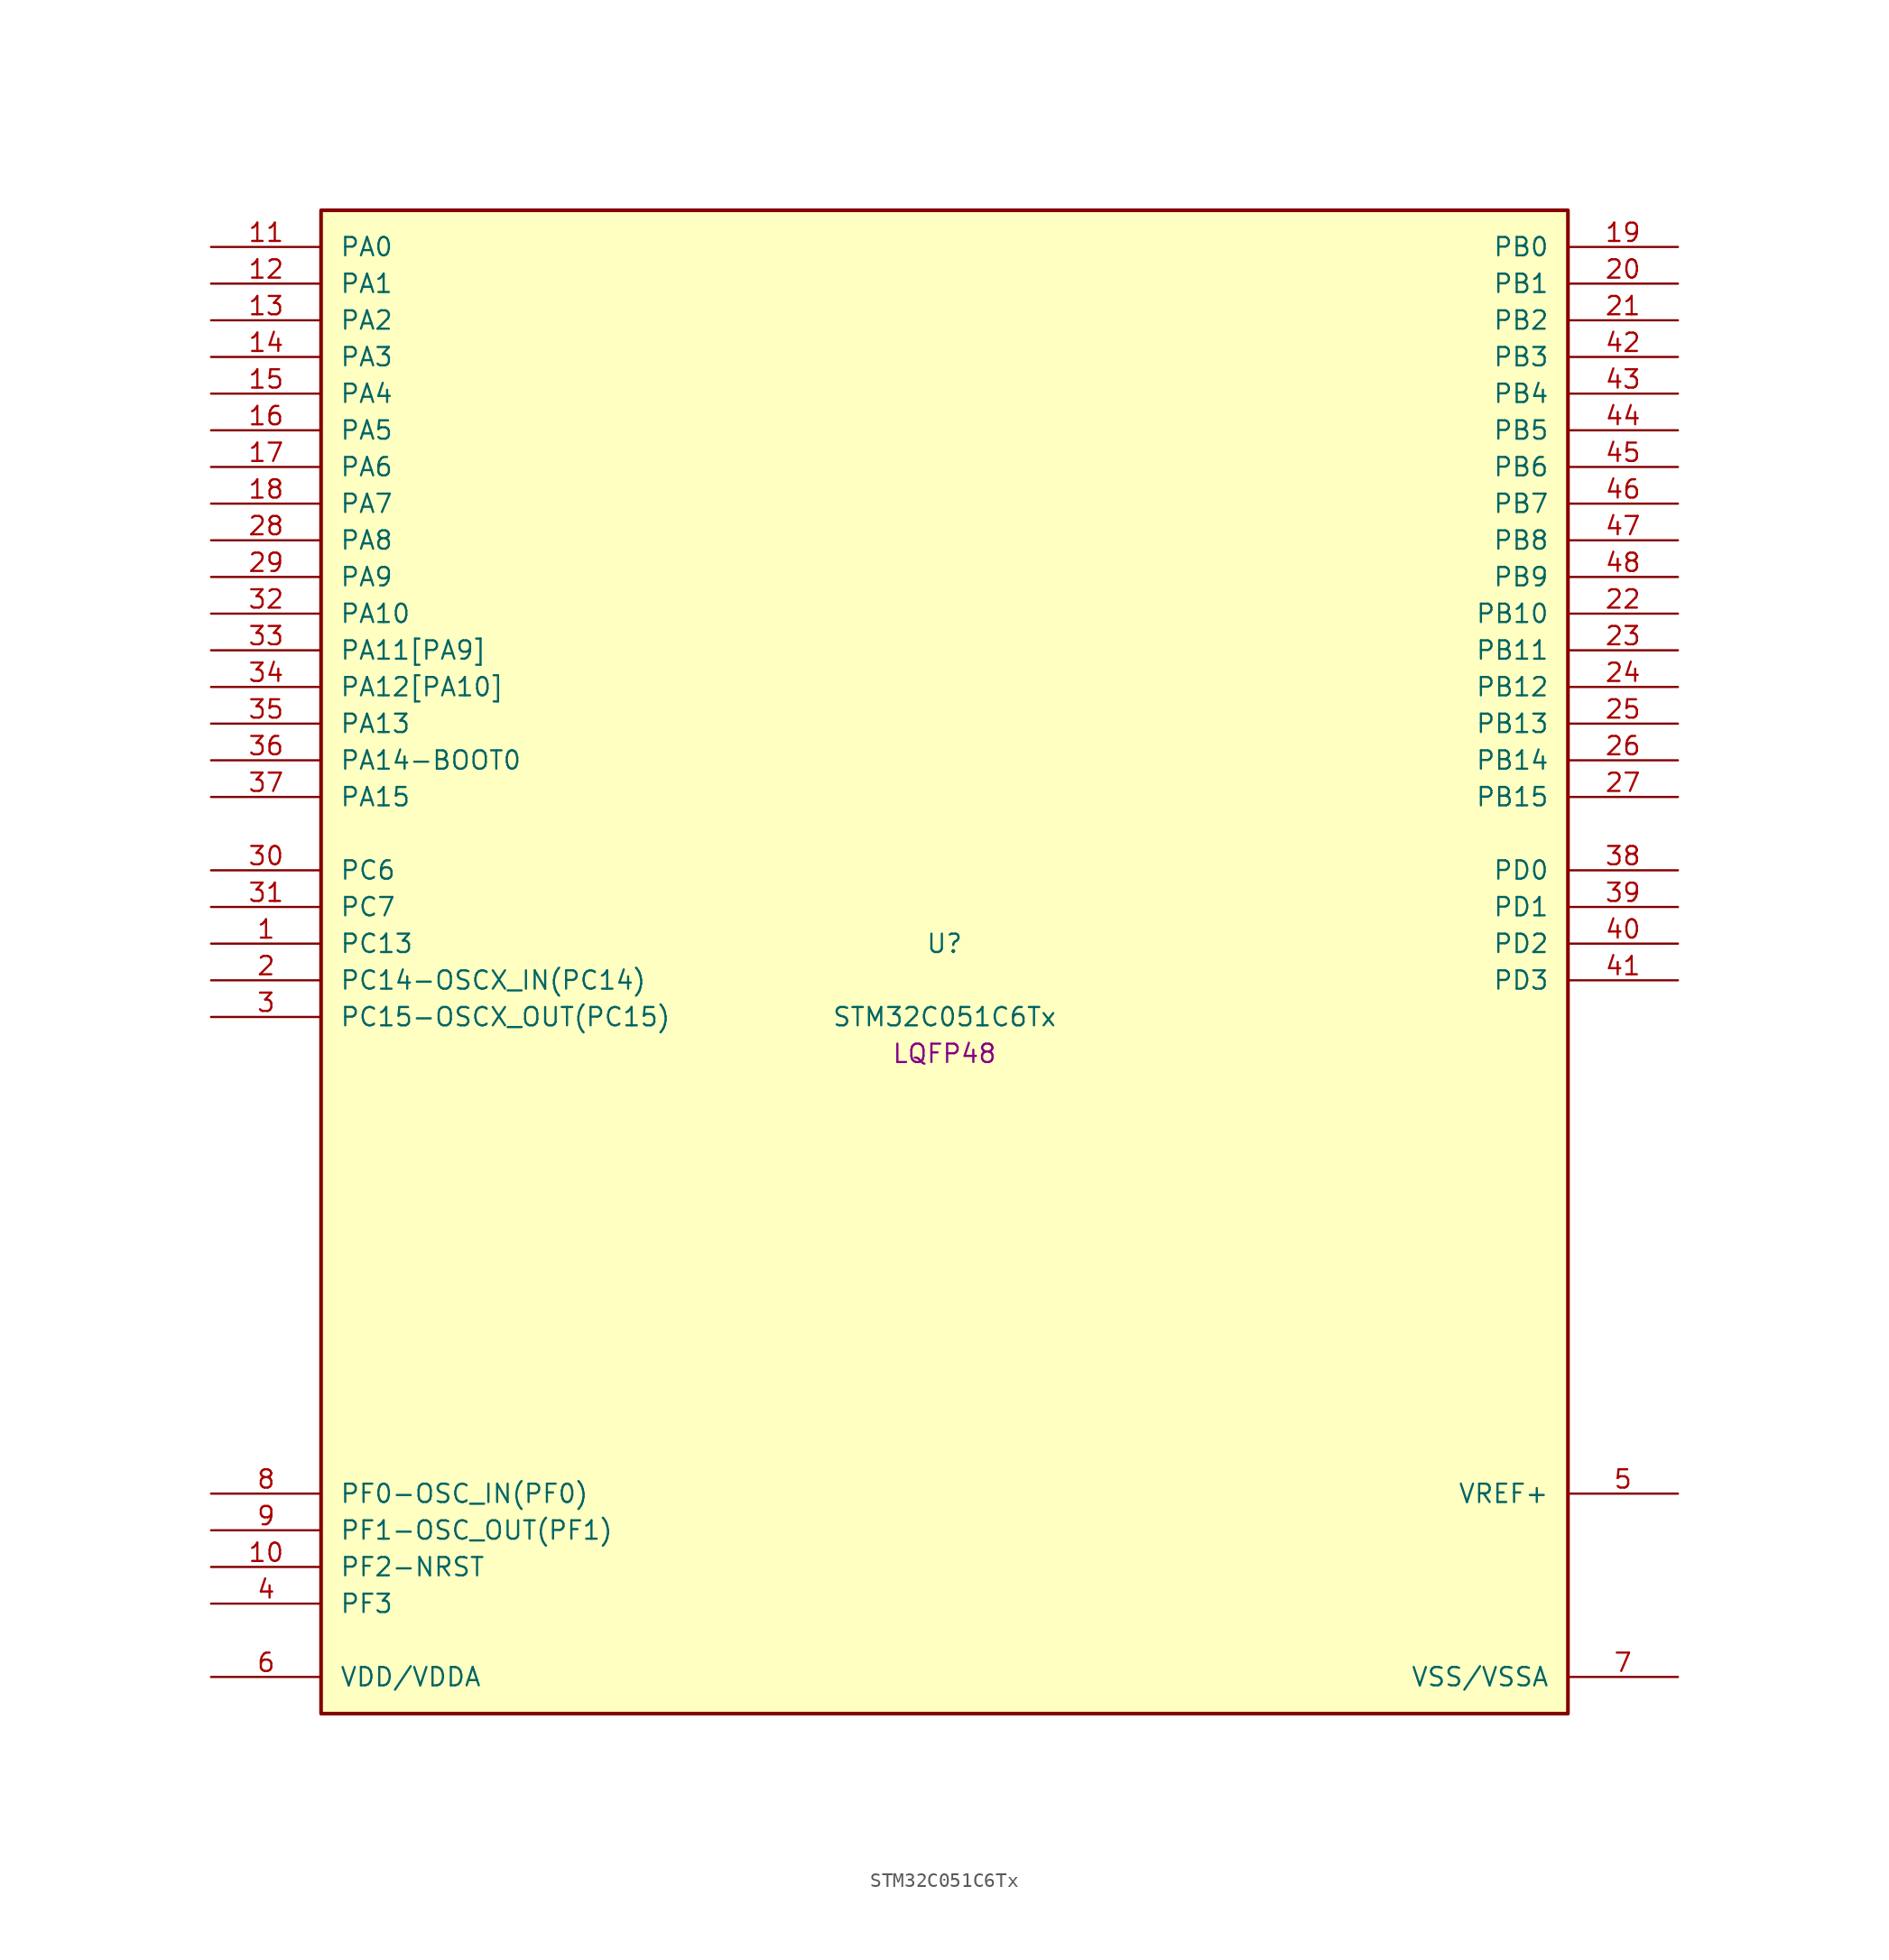
<source format=kicad_sym>
(kicad_symbol_lib
  (version 20241209)
  (generator "stm32_pkl_generator")
  (generator_version "1.0")
  (symbol "STM32C051C6Tx"
    (pin_names
      (offset 1.27))
    (property "Reference" "U"
      (at 0 2.54 0))
    (property "Value" "STM32C051C6Tx"
      (at 0 -2.54 0))
    (property "Footprint" "LQFP48"
      (at 0 -5.08 0))
    (symbol "STM32C051C6Tx_1_1"
      (rectangle (start -43.18 53.34) (end 43.18 -50.8) (stroke (width 0.254) (type solid)) (fill (type background)))
      (pin bidirectional line (at -50.8 50.8 0) (length 7.62) (name "PA0") (number "11") (alternate "PA0/ADC1_IN0" bidirectional line) (alternate "PA0/PWR_WKUP1" bidirectional line) (alternate "PA0/SPI2_SCK" bidirectional line) (alternate "PA0/TIM16_CH1" bidirectional line) (alternate "PA0/TIM1_CH1" bidirectional line) (alternate "PA0/TIM2_CH1" bidirectional line) (alternate "PA0/TIM2_ETR" bidirectional line) (alternate "PA0/USART1_TX" bidirectional line) (alternate "PA0/USART2_CTS" bidirectional line) (alternate "PA0/USART2_NSS" bidirectional line))
      (pin bidirectional line (at -50.8 48.26 0) (length 7.62) (name "PA1") (number "12") (alternate "PA1/ADC1_IN1" bidirectional line) (alternate "PA1/I2C1_SMBA" bidirectional line) (alternate "PA1/I2S1_CK" bidirectional line) (alternate "PA1/SPI1_SCK" bidirectional line) (alternate "PA1/TIM17_CH1" bidirectional line) (alternate "PA1/TIM1_CH2" bidirectional line) (alternate "PA1/TIM2_CH2" bidirectional line) (alternate "PA1/USART1_RX" bidirectional line) (alternate "PA1/USART2_CK" bidirectional line) (alternate "PA1/USART2_DE" bidirectional line) (alternate "PA1/USART2_RTS" bidirectional line))
      (pin bidirectional line (at -50.8 45.72 0) (length 7.62) (name "PA2") (number "13") (alternate "PA2/ADC1_IN2" bidirectional line) (alternate "PA2/I2S1_SD" bidirectional line) (alternate "PA2/PWR_WKUP4" bidirectional line) (alternate "PA2/RCC_LSCO" bidirectional line) (alternate "PA2/SPI1_MOSI" bidirectional line) (alternate "PA2/TIM16_CH1N" bidirectional line) (alternate "PA2/TIM1_CH3" bidirectional line) (alternate "PA2/TIM2_CH3" bidirectional line) (alternate "PA2/TIM3_ETR" bidirectional line) (alternate "PA2/USART2_TX" bidirectional line))
      (pin bidirectional line (at -50.8 43.18 0) (length 7.62) (name "PA3") (number "14") (alternate "PA3/ADC1_IN3" bidirectional line) (alternate "PA3/SPI2_MISO" bidirectional line) (alternate "PA3/TIM1_CH1N" bidirectional line) (alternate "PA3/TIM1_CH4" bidirectional line) (alternate "PA3/TIM2_CH4" bidirectional line) (alternate "PA3/USART2_RX" bidirectional line))
      (pin bidirectional line (at -50.8 40.64 0) (length 7.62) (name "PA4") (number "15") (alternate "PA4/ADC1_IN4" bidirectional line) (alternate "PA4/I2S1_WS" bidirectional line) (alternate "PA4/RTC_OUT2" bidirectional line) (alternate "PA4/SPI1_NSS" bidirectional line) (alternate "PA4/SPI2_MOSI" bidirectional line) (alternate "PA4/TIM14_CH1" bidirectional line) (alternate "PA4/TIM17_CH1N" bidirectional line) (alternate "PA4/TIM1_CH2N" bidirectional line) (alternate "PA4/USART2_TX" bidirectional line))
      (pin bidirectional line (at -50.8 38.1 0) (length 7.62) (name "PA5") (number "16") (alternate "PA5/ADC1_IN5" bidirectional line) (alternate "PA5/I2S1_CK" bidirectional line) (alternate "PA5/SPI1_SCK" bidirectional line) (alternate "PA5/TIM1_CH1" bidirectional line) (alternate "PA5/TIM1_CH3N" bidirectional line) (alternate "PA5/TIM2_CH1" bidirectional line) (alternate "PA5/TIM2_ETR" bidirectional line) (alternate "PA5/USART2_RX" bidirectional line))
      (pin bidirectional line (at -50.8 35.56 0) (length 7.62) (name "PA6") (number "17") (alternate "PA6/ADC1_IN6" bidirectional line) (alternate "PA6/I2C2_SDA" bidirectional line) (alternate "PA6/I2S1_MCK" bidirectional line) (alternate "PA6/SPI1_MISO" bidirectional line) (alternate "PA6/TIM16_CH1" bidirectional line) (alternate "PA6/TIM1_BKIN" bidirectional line) (alternate "PA6/TIM3_CH1" bidirectional line) (alternate "PA6/USART1_TX" bidirectional line))
      (pin bidirectional line (at -50.8 33.02 0) (length 7.62) (name "PA7") (number "18") (alternate "PA7/ADC1_IN7" bidirectional line) (alternate "PA7/I2C2_SCL" bidirectional line) (alternate "PA7/I2S1_SD" bidirectional line) (alternate "PA7/SPI1_MOSI" bidirectional line) (alternate "PA7/TIM14_CH1" bidirectional line) (alternate "PA7/TIM17_CH1" bidirectional line) (alternate "PA7/TIM1_CH1N" bidirectional line) (alternate "PA7/TIM3_CH2" bidirectional line) (alternate "PA7/USART1_RX" bidirectional line))
      (pin bidirectional line (at -50.8 30.48 0) (length 7.62) (name "PA8") (number "28") (alternate "PA8/ADC1_IN8" bidirectional line) (alternate "PA8/I2S1_WS" bidirectional line) (alternate "PA8/RCC_MCO" bidirectional line) (alternate "PA8/RCC_MCO_2" bidirectional line) (alternate "PA8/SPI1_NSS" bidirectional line) (alternate "PA8/SPI2_MISO" bidirectional line) (alternate "PA8/SPI2_NSS" bidirectional line) (alternate "PA8/TIM14_CH1" bidirectional line) (alternate "PA8/TIM1_CH1" bidirectional line) (alternate "PA8/TIM1_CH2N" bidirectional line) (alternate "PA8/TIM1_CH3N" bidirectional line) (alternate "PA8/TIM3_CH3" bidirectional line) (alternate "PA8/TIM3_CH4" bidirectional line) (alternate "PA8/USART1_RX" bidirectional line) (alternate "PA8/USART2_TX" bidirectional line))
      (pin bidirectional line (at -50.8 27.94 0) (length 7.62) (name "PA9") (number "29") (alternate "PA9/I2C1_SCL" bidirectional line) (alternate "PA9/I2C2_SCL" bidirectional line) (alternate "PA9/RCC_MCO" bidirectional line) (alternate "PA9/SPI2_MISO" bidirectional line) (alternate "PA9/TIM1_CH2" bidirectional line) (alternate "PA9/TIM3_ETR" bidirectional line) (alternate "PA9/USART1_TX" bidirectional line) (alternate "PA9/NC" bidirectional line))
      (pin bidirectional line (at -50.8 25.4 0) (length 7.62) (name "PA10") (number "32") (alternate "PA10/I2C1_SDA" bidirectional line) (alternate "PA10/I2C2_SDA" bidirectional line) (alternate "PA10/RCC_MCO_2" bidirectional line) (alternate "PA10/SPI2_MOSI" bidirectional line) (alternate "PA10/TIM17_BKIN" bidirectional line) (alternate "PA10/TIM1_CH3" bidirectional line) (alternate "PA10/USART1_RX" bidirectional line) (alternate "PA10/NC" bidirectional line))
      (pin bidirectional line (at -50.8 22.86 0) (length 7.62) (name "PA11[PA9]") (number "33") (alternate "PA11[PA9]/ADC1_EXTI11" bidirectional line) (alternate "PA11[PA9]/ADC1_IN11" bidirectional line) (alternate "PA11[PA9]/I2C2_SCL" bidirectional line) (alternate "PA11[PA9]/I2S1_MCK" bidirectional line) (alternate "PA11[PA9]/SPI1_MISO" bidirectional line) (alternate "PA11[PA9]/TIM1_BKIN2" bidirectional line) (alternate "PA11[PA9]/TIM1_CH4" bidirectional line) (alternate "PA11[PA9]/USART1_CTS" bidirectional line) (alternate "PA11[PA9]/USART1_NSS" bidirectional line) (alternate "PA11[PA9]/PA9[PA11]" bidirectional line) (alternate "PA11[PA9]/I2C1_SCL" bidirectional line) (alternate "PA11[PA9]/RCC_MCO" bidirectional line) (alternate "PA11[PA9]/SPI2_MISO" bidirectional line) (alternate "PA11[PA9]/TIM1_CH2" bidirectional line) (alternate "PA11[PA9]/TIM3_ETR" bidirectional line) (alternate "PA11[PA9]/USART1_TX" bidirectional line))
      (pin bidirectional line (at -50.8 20.32 0) (length 7.62) (name "PA12[PA10]") (number "34") (alternate "PA12[PA10]/ADC1_IN12" bidirectional line) (alternate "PA12[PA10]/I2C2_SDA" bidirectional line) (alternate "PA12[PA10]/I2S1_SD" bidirectional line) (alternate "PA12[PA10]/I2S_CKIN" bidirectional line) (alternate "PA12[PA10]/SPI1_MOSI" bidirectional line) (alternate "PA12[PA10]/TIM1_ETR" bidirectional line) (alternate "PA12[PA10]/USART1_CK" bidirectional line) (alternate "PA12[PA10]/USART1_DE" bidirectional line) (alternate "PA12[PA10]/USART1_RTS" bidirectional line) (alternate "PA12[PA10]/PA10[PA12]" bidirectional line) (alternate "PA12[PA10]/I2C1_SDA" bidirectional line) (alternate "PA12[PA10]/RCC_MCO_2" bidirectional line) (alternate "PA12[PA10]/SPI2_MOSI" bidirectional line) (alternate "PA12[PA10]/TIM17_BKIN" bidirectional line) (alternate "PA12[PA10]/TIM1_CH3" bidirectional line) (alternate "PA12[PA10]/USART1_RX" bidirectional line))
      (pin bidirectional line (at -50.8 17.78 0) (length 7.62) (name "PA13") (number "35") (alternate "PA13/ADC1_IN13" bidirectional line) (alternate "PA13/DEBUG_SWDIO" bidirectional line) (alternate "PA13/IR_OUT" bidirectional line) (alternate "PA13/TIM3_ETR" bidirectional line) (alternate "PA13/USART2_RX" bidirectional line))
      (pin bidirectional line (at -50.8 15.24 0) (length 7.62) (name "PA14-BOOT0") (number "36") (alternate "PA14-BOOT0/ADC1_IN14" bidirectional line) (alternate "PA14-BOOT0/BOOT0" bidirectional line) (alternate "PA14-BOOT0/DEBUG_SWCLK" bidirectional line) (alternate "PA14-BOOT0/I2S1_WS" bidirectional line) (alternate "PA14-BOOT0/RCC_MCO_2" bidirectional line) (alternate "PA14-BOOT0/SPI1_NSS" bidirectional line) (alternate "PA14-BOOT0/TIM1_CH1" bidirectional line) (alternate "PA14-BOOT0/USART1_CK" bidirectional line) (alternate "PA14-BOOT0/USART1_DE" bidirectional line) (alternate "PA14-BOOT0/USART1_RTS" bidirectional line) (alternate "PA14-BOOT0/USART2_RX" bidirectional line) (alternate "PA14-BOOT0/USART2_TX" bidirectional line))
      (pin bidirectional line (at -50.8 12.7 0) (length 7.62) (name "PA15") (number "37") (alternate "PA15/I2S1_WS" bidirectional line) (alternate "PA15/RCC_MCO_2" bidirectional line) (alternate "PA15/SPI1_NSS" bidirectional line) (alternate "PA15/TIM1_CH1" bidirectional line) (alternate "PA15/TIM2_CH1" bidirectional line) (alternate "PA15/TIM2_ETR" bidirectional line) (alternate "PA15/USART1_CK" bidirectional line) (alternate "PA15/USART1_DE" bidirectional line) (alternate "PA15/USART1_RTS" bidirectional line) (alternate "PA15/USART2_RX" bidirectional line))
      (pin bidirectional line (at 50.8 50.8 180) (length 7.62) (name "PB0") (number "19") (alternate "PB0/ADC1_IN17" bidirectional line) (alternate "PB0/I2S1_WS" bidirectional line) (alternate "PB0/SPI1_NSS" bidirectional line) (alternate "PB0/TIM1_CH2N" bidirectional line) (alternate "PB0/TIM3_CH3" bidirectional line))
      (pin bidirectional line (at 50.8 48.26 180) (length 7.62) (name "PB1") (number "20") (alternate "PB1/ADC1_IN18" bidirectional line) (alternate "PB1/TIM14_CH1" bidirectional line) (alternate "PB1/TIM1_CH2N" bidirectional line) (alternate "PB1/TIM1_CH3N" bidirectional line) (alternate "PB1/TIM3_CH4" bidirectional line))
      (pin bidirectional line (at 50.8 45.72 180) (length 7.62) (name "PB2") (number "21") (alternate "PB2/ADC1_IN19" bidirectional line) (alternate "PB2/RCC_MCO_2" bidirectional line) (alternate "PB2/SPI2_MISO" bidirectional line) (alternate "PB2/USART1_RX" bidirectional line))
      (pin bidirectional line (at 50.8 43.18 180) (length 7.62) (name "PB3") (number "42") (alternate "PB3/I2C2_SCL" bidirectional line) (alternate "PB3/I2S1_CK" bidirectional line) (alternate "PB3/SPI1_SCK" bidirectional line) (alternate "PB3/TIM1_CH2" bidirectional line) (alternate "PB3/TIM2_CH2" bidirectional line) (alternate "PB3/TIM3_CH2" bidirectional line) (alternate "PB3/USART1_CK" bidirectional line) (alternate "PB3/USART1_DE" bidirectional line) (alternate "PB3/USART1_RTS" bidirectional line))
      (pin bidirectional line (at 50.8 40.64 180) (length 7.62) (name "PB4") (number "43") (alternate "PB4/I2C2_SDA" bidirectional line) (alternate "PB4/I2S1_MCK" bidirectional line) (alternate "PB4/SPI1_MISO" bidirectional line) (alternate "PB4/TIM17_BKIN" bidirectional line) (alternate "PB4/TIM3_CH1" bidirectional line) (alternate "PB4/USART1_CTS" bidirectional line) (alternate "PB4/USART1_NSS" bidirectional line))
      (pin bidirectional line (at 50.8 38.1 180) (length 7.62) (name "PB5") (number "44") (alternate "PB5/I2C1_SMBA" bidirectional line) (alternate "PB5/I2S1_SD" bidirectional line) (alternate "PB5/PWR_WKUP6" bidirectional line) (alternate "PB5/SPI1_MOSI" bidirectional line) (alternate "PB5/TIM16_BKIN" bidirectional line) (alternate "PB5/TIM3_CH2" bidirectional line) (alternate "PB5/TIM3_CH3" bidirectional line))
      (pin bidirectional line (at 50.8 35.56 180) (length 7.62) (name "PB6") (number "45") (alternate "PB6/I2C1_SCL" bidirectional line) (alternate "PB6/I2C1_SMBA" bidirectional line) (alternate "PB6/I2S1_CK" bidirectional line) (alternate "PB6/I2S1_MCK" bidirectional line) (alternate "PB6/I2S1_SD" bidirectional line) (alternate "PB6/PWR_WKUP3" bidirectional line) (alternate "PB6/SPI1_MISO" bidirectional line) (alternate "PB6/SPI1_MOSI" bidirectional line) (alternate "PB6/SPI1_SCK" bidirectional line) (alternate "PB6/SPI2_MISO" bidirectional line) (alternate "PB6/TIM16_BKIN" bidirectional line) (alternate "PB6/TIM16_CH1N" bidirectional line) (alternate "PB6/TIM17_BKIN" bidirectional line) (alternate "PB6/TIM1_CH2" bidirectional line) (alternate "PB6/TIM1_CH3" bidirectional line) (alternate "PB6/TIM3_CH1" bidirectional line) (alternate "PB6/TIM3_CH2" bidirectional line) (alternate "PB6/TIM3_CH3" bidirectional line) (alternate "PB6/USART1_CTS" bidirectional line) (alternate "PB6/USART1_NSS" bidirectional line) (alternate "PB6/USART1_TX" bidirectional line))
      (pin bidirectional line (at 50.8 33.02 180) (length 7.62) (name "PB7") (number "46") (alternate "PB7/I2C1_SCL" bidirectional line) (alternate "PB7/I2C1_SDA" bidirectional line) (alternate "PB7/SPI2_MOSI" bidirectional line) (alternate "PB7/TIM16_CH1" bidirectional line) (alternate "PB7/TIM17_CH1N" bidirectional line) (alternate "PB7/TIM1_CH1" bidirectional line) (alternate "PB7/TIM1_CH4" bidirectional line) (alternate "PB7/TIM3_CH1" bidirectional line) (alternate "PB7/TIM3_CH4" bidirectional line) (alternate "PB7/USART1_RX" bidirectional line) (alternate "PB7/USART2_CTS" bidirectional line) (alternate "PB7/USART2_NSS" bidirectional line))
      (pin bidirectional line (at 50.8 30.48 180) (length 7.62) (name "PB8") (number "47") (alternate "PB8/I2C1_SCL" bidirectional line) (alternate "PB8/SPI2_SCK" bidirectional line) (alternate "PB8/TIM16_CH1" bidirectional line) (alternate "PB8/TIM3_CH1" bidirectional line) (alternate "PB8/USART2_CTS" bidirectional line) (alternate "PB8/USART2_NSS" bidirectional line))
      (pin bidirectional line (at 50.8 27.94 180) (length 7.62) (name "PB9") (number "48") (alternate "PB9/I2C1_SDA" bidirectional line) (alternate "PB9/IR_OUT" bidirectional line) (alternate "PB9/SPI2_NSS" bidirectional line) (alternate "PB9/TIM17_CH1" bidirectional line) (alternate "PB9/TIM3_CH2" bidirectional line) (alternate "PB9/USART2_CK" bidirectional line) (alternate "PB9/USART2_DE" bidirectional line) (alternate "PB9/USART2_RTS" bidirectional line))
      (pin bidirectional line (at 50.8 25.4 180) (length 7.62) (name "PB10") (number "22") (alternate "PB10/ADC1_IN20" bidirectional line) (alternate "PB10/I2C2_SCL" bidirectional line) (alternate "PB10/SPI2_SCK" bidirectional line) (alternate "PB10/TIM2_CH3" bidirectional line))
      (pin bidirectional line (at 50.8 22.86 180) (length 7.62) (name "PB11") (number "23") (alternate "PB11/ADC1_EXTI11" bidirectional line) (alternate "PB11/ADC1_IN21" bidirectional line) (alternate "PB11/I2C2_SDA" bidirectional line) (alternate "PB11/SPI2_MOSI" bidirectional line) (alternate "PB11/TIM2_CH4" bidirectional line))
      (pin bidirectional line (at 50.8 20.32 180) (length 7.62) (name "PB12") (number "24") (alternate "PB12/ADC1_IN22" bidirectional line) (alternate "PB12/SPI2_NSS" bidirectional line) (alternate "PB12/TIM1_BKIN" bidirectional line) (alternate "PB12/TIM1_BKIN2" bidirectional line))
      (pin bidirectional line (at 50.8 17.78 180) (length 7.62) (name "PB13") (number "25") (alternate "PB13/I2C2_SCL" bidirectional line) (alternate "PB13/SPI2_SCK" bidirectional line) (alternate "PB13/TIM1_CH1N" bidirectional line))
      (pin bidirectional line (at 50.8 15.24 180) (length 7.62) (name "PB14") (number "26") (alternate "PB14/I2C2_SDA" bidirectional line) (alternate "PB14/SPI2_MISO" bidirectional line) (alternate "PB14/TIM1_CH2N" bidirectional line))
      (pin bidirectional line (at 50.8 12.7 180) (length 7.62) (name "PB15") (number "27") (alternate "PB15/RTC_REFIN" bidirectional line) (alternate "PB15/SPI2_MOSI" bidirectional line) (alternate "PB15/TIM1_CH3N" bidirectional line))
      (pin bidirectional line (at -50.8 7.62 0) (length 7.62) (name "PC6") (number "30") (alternate "PC6/TIM2_CH3" bidirectional line) (alternate "PC6/TIM3_CH1" bidirectional line))
      (pin bidirectional line (at -50.8 5.08 0) (length 7.62) (name "PC7") (number "31") (alternate "PC7/TIM2_CH4" bidirectional line) (alternate "PC7/TIM3_CH2" bidirectional line))
      (pin bidirectional line (at -50.8 2.54 0) (length 7.62) (name "PC13") (number "1") (alternate "PC13/PWR_WKUP2" bidirectional line) (alternate "PC13/RTC_OUT1" bidirectional line) (alternate "PC13/RTC_TS" bidirectional line) (alternate "PC13/TIM1_BKIN" bidirectional line) (alternate "PC13/TIM1_ETR" bidirectional line))
      (pin bidirectional line (at -50.8 0 0) (length 7.62) (name "PC14-OSCX_IN(PC14)") (number "2") (alternate "PC14-OSCX_IN(PC14)/I2C1_SDA" bidirectional line) (alternate "PC14-OSCX_IN(PC14)/IR_OUT" bidirectional line) (alternate "PC14-OSCX_IN(PC14)/RCC_OSCX_IN" bidirectional line) (alternate "PC14-OSCX_IN(PC14)/SPI2_NSS" bidirectional line) (alternate "PC14-OSCX_IN(PC14)/TIM17_CH1" bidirectional line) (alternate "PC14-OSCX_IN(PC14)/TIM1_BKIN2" bidirectional line) (alternate "PC14-OSCX_IN(PC14)/TIM1_ETR" bidirectional line) (alternate "PC14-OSCX_IN(PC14)/TIM3_CH2" bidirectional line) (alternate "PC14-OSCX_IN(PC14)/USART1_RX" bidirectional line) (alternate "PC14-OSCX_IN(PC14)/USART1_TX" bidirectional line) (alternate "PC14-OSCX_IN(PC14)/USART2_CK" bidirectional line) (alternate "PC14-OSCX_IN(PC14)/USART2_DE" bidirectional line) (alternate "PC14-OSCX_IN(PC14)/USART2_RTS" bidirectional line))
      (pin bidirectional line (at -50.8 -2.54 0) (length 7.62) (name "PC15-OSCX_OUT(PC15)") (number "3") (alternate "PC15-OSCX_OUT(PC15)/RCC_OSC32_EN" bidirectional line) (alternate "PC15-OSCX_OUT(PC15)/RCC_OSCX_OUT" bidirectional line) (alternate "PC15-OSCX_OUT(PC15)/RCC_OSC_EN" bidirectional line) (alternate "PC15-OSCX_OUT(PC15)/TIM1_CH2" bidirectional line) (alternate "PC15-OSCX_OUT(PC15)/TIM1_ETR" bidirectional line) (alternate "PC15-OSCX_OUT(PC15)/TIM3_CH3" bidirectional line))
      (pin bidirectional line (at 50.8 7.62 180) (length 7.62) (name "PD0") (number "38") (alternate "PD0/SPI2_NSS" bidirectional line) (alternate "PD0/TIM16_CH1" bidirectional line))
      (pin bidirectional line (at 50.8 5.08 180) (length 7.62) (name "PD1") (number "39") (alternate "PD1/SPI2_SCK" bidirectional line) (alternate "PD1/TIM17_CH1" bidirectional line))
      (pin bidirectional line (at 50.8 2.54 180) (length 7.62) (name "PD2") (number "40") (alternate "PD2/TIM1_CH1N" bidirectional line) (alternate "PD2/TIM3_ETR" bidirectional line))
      (pin bidirectional line (at 50.8 0 180) (length 7.62) (name "PD3") (number "41") (alternate "PD3/SPI2_MISO" bidirectional line) (alternate "PD3/TIM1_CH2N" bidirectional line) (alternate "PD3/USART2_CTS" bidirectional line) (alternate "PD3/USART2_NSS" bidirectional line))
      (pin bidirectional line (at -50.8 -35.56 0) (length 7.62) (name "PF0-OSC_IN(PF0)") (number "8") (alternate "PF0-OSC_IN(PF0)/RCC_OSC_IN" bidirectional line) (alternate "PF0-OSC_IN(PF0)/TIM14_CH1" bidirectional line))
      (pin bidirectional line (at -50.8 -38.1 0) (length 7.62) (name "PF1-OSC_OUT(PF1)") (number "9") (alternate "PF1-OSC_OUT(PF1)/RCC_OSC_EN" bidirectional line) (alternate "PF1-OSC_OUT(PF1)/RCC_OSC_OUT" bidirectional line))
      (pin bidirectional line (at -50.8 -40.64 0) (length 7.62) (name "PF2-NRST") (number "10") (alternate "PF2-NRST/RCC_MCO" bidirectional line) (alternate "PF2-NRST/TIM1_CH4" bidirectional line))
      (pin bidirectional line (at -50.8 -43.18 0) (length 7.62) (name "PF3") (number "4"))
      (pin bidirectional line (at 50.8 -35.56 180) (length 7.62) (name "VREF+") (number "5"))
      (pin power_in line (at -50.8 -48.26 0) (length 7.62) (name "VDD/VDDA") (number "6"))
      (pin power_in line (at 50.8 -48.26 180) (length 7.62) (name "VSS/VSSA") (number "7")))))
</source>
